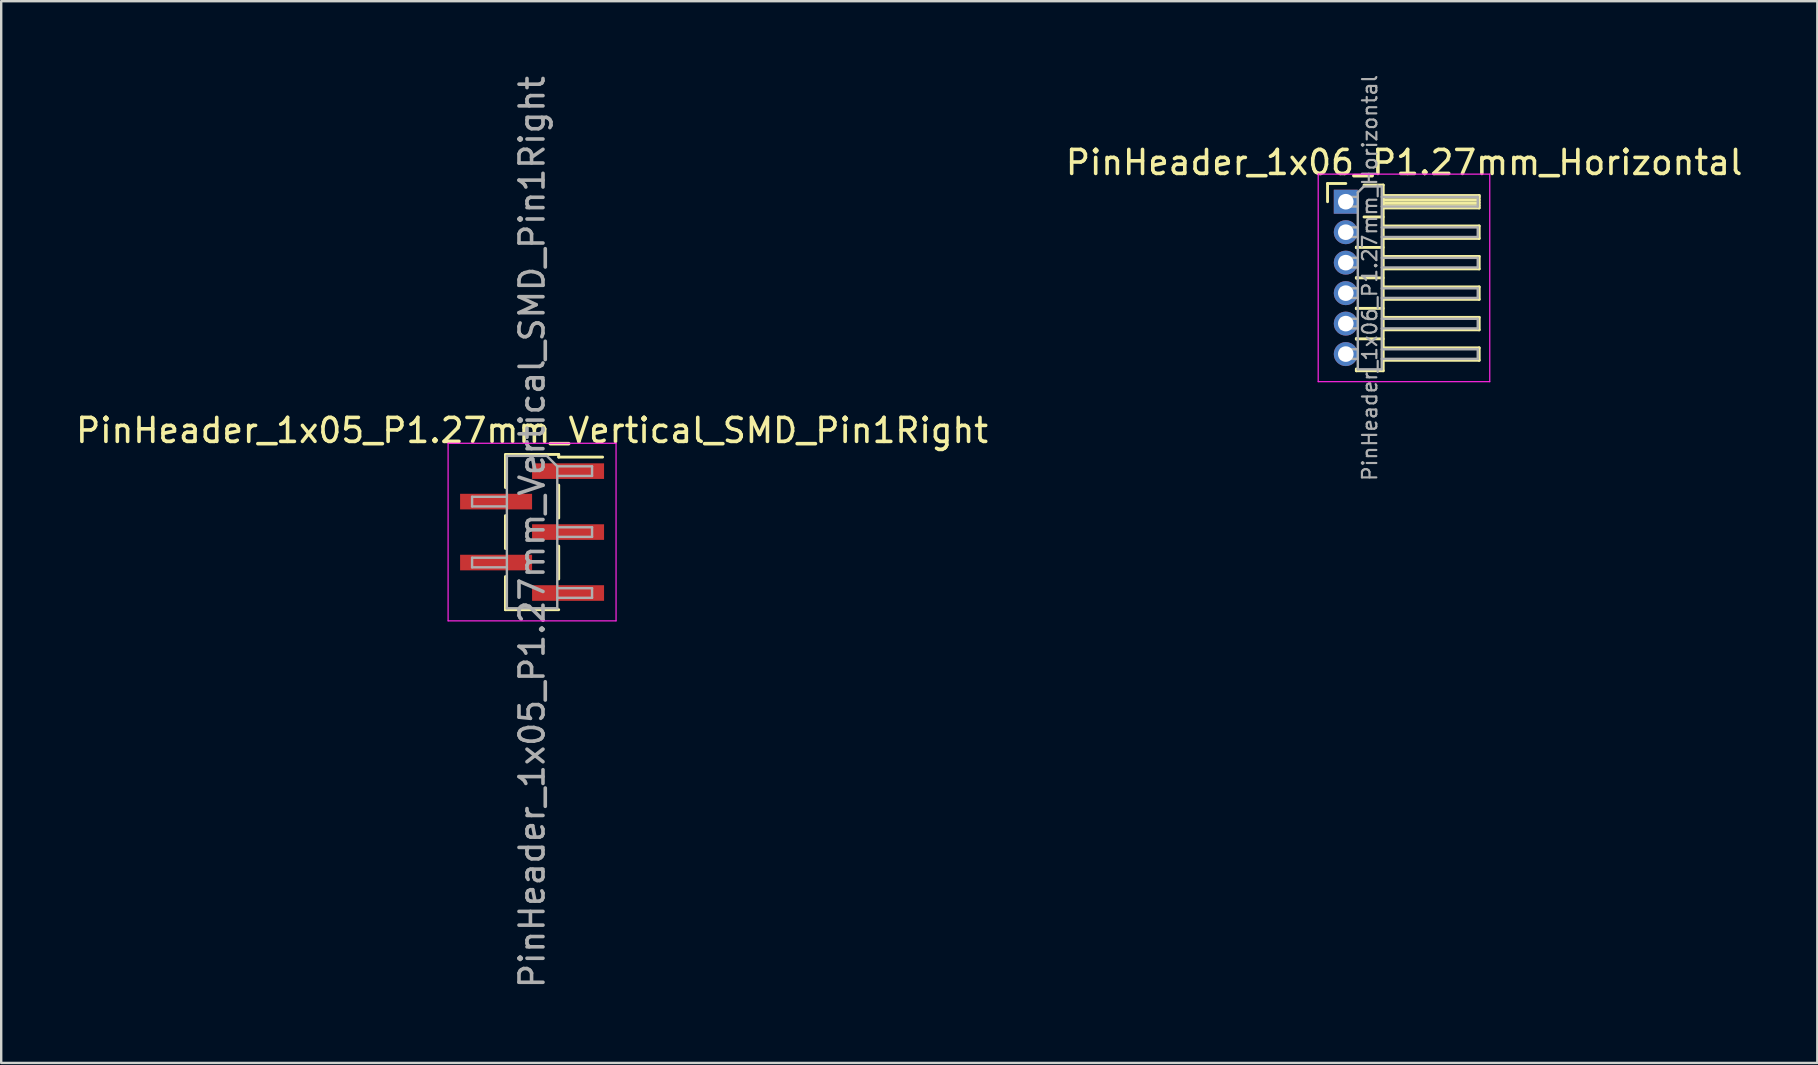
<source format=kicad_pcb>
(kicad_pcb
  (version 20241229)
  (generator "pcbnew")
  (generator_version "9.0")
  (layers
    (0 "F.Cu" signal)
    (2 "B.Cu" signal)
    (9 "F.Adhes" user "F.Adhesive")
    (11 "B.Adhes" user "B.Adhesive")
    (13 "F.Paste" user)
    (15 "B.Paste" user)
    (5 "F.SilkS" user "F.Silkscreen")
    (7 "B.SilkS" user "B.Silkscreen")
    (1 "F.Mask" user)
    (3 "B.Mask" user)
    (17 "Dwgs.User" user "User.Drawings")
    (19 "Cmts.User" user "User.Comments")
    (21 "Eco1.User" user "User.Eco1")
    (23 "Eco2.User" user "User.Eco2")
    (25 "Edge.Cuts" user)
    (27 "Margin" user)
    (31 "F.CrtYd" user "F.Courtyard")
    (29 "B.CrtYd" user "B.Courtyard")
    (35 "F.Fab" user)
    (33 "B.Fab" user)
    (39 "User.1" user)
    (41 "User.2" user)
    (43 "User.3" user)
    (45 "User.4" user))
  (footprint "PinHeader_1x05_P1.27mm_Vertical_SMD_Pin1Right"
    (layer "F.Cu")
    (at 19.125 19.125)
    (property "Reference" "PinHeader_1x05_P1.27mm_Vertical_SMD_Pin1Right" (at 0 -4.235 0) (layer "F.SilkS") (effects (font (size 1 1) (thickness 0.15))))
    (attr smd)
    (fp_line (start -1.11 -3.235) (end 1.11 -3.235) (stroke (width 0.12) (type solid)) (layer "F.SilkS"))
    (fp_line (start -1.11 -3.225) (end -1.11 -1.855) (stroke (width 0.12) (type solid)) (layer "F.SilkS"))
    (fp_line (start -1.11 -0.685) (end -1.11 0.685) (stroke (width 0.12) (type solid)) (layer "F.SilkS"))
    (fp_line (start -1.11 1.855) (end -1.11 3.225) (stroke (width 0.12) (type solid)) (layer "F.SilkS"))
    (fp_line (start -1.11 3.125) (end -1.11 3.235) (stroke (width 0.12) (type solid)) (layer "F.SilkS"))
    (fp_line (start -1.11 3.235) (end 1.11 3.235) (stroke (width 0.12) (type solid)) (layer "F.SilkS"))
    (fp_line (start 1.11 -3.235) (end 1.11 -3.125) (stroke (width 0.12) (type solid)) (layer "F.SilkS"))
    (fp_line (start 1.11 -3.125) (end 2.94 -3.125) (stroke (width 0.12) (type solid)) (layer "F.SilkS"))
    (fp_line (start 1.11 -1.955) (end 1.11 -0.585) (stroke (width 0.12) (type solid)) (layer "F.SilkS"))
    (fp_line (start 1.11 0.585) (end 1.11 1.955) (stroke (width 0.12) (type solid)) (layer "F.SilkS"))
    (fp_line (start -3.5 -3.7) (end -3.5 3.7) (stroke (width 0.05) (type solid)) (layer "F.CrtYd"))
    (fp_line (start -3.5 3.7) (end 3.5 3.7) (stroke (width 0.05) (type solid)) (layer "F.CrtYd"))
    (fp_line (start 3.5 -3.7) (end -3.5 -3.7) (stroke (width 0.05) (type solid)) (layer "F.CrtYd"))
    (fp_line (start 3.5 3.7) (end 3.5 -3.7) (stroke (width 0.05) (type solid)) (layer "F.CrtYd"))
    (fp_line (start -2.5 -1.47) (end -2.5 -1.07) (stroke (width 0.1) (type solid)) (layer "F.Fab"))
    (fp_line (start -2.5 -1.07) (end -1.05 -1.07) (stroke (width 0.1) (type solid)) (layer "F.Fab"))
    (fp_line (start -2.5 1.07) (end -2.5 1.47) (stroke (width 0.1) (type solid)) (layer "F.Fab"))
    (fp_line (start -2.5 1.47) (end -1.05 1.47) (stroke (width 0.1) (type solid)) (layer "F.Fab"))
    (fp_line (start -1.05 -3.175) (end -1.05 3.175) (stroke (width 0.1) (type solid)) (layer "F.Fab"))
    (fp_line (start -1.05 -3.175) (end 0.615 -3.175) (stroke (width 0.1) (type solid)) (layer "F.Fab"))
    (fp_line (start -1.05 -1.47) (end -2.5 -1.47) (stroke (width 0.1) (type solid)) (layer "F.Fab"))
    (fp_line (start -1.05 1.07) (end -2.5 1.07) (stroke (width 0.1) (type solid)) (layer "F.Fab"))
    (fp_line (start 1.05 -2.74) (end 0.615 -3.175) (stroke (width 0.1) (type solid)) (layer "F.Fab"))
    (fp_line (start 1.05 -2.74) (end 2.5 -2.74) (stroke (width 0.1) (type solid)) (layer "F.Fab"))
    (fp_line (start 1.05 -0.2) (end 2.5 -0.2) (stroke (width 0.1) (type solid)) (layer "F.Fab"))
    (fp_line (start 1.05 2.34) (end 2.5 2.34) (stroke (width 0.1) (type solid)) (layer "F.Fab"))
    (fp_line (start 1.05 3.175) (end -1.05 3.175) (stroke (width 0.1) (type solid)) (layer "F.Fab"))
    (fp_line (start 1.05 3.175) (end 1.05 -2.74) (stroke (width 0.1) (type solid)) (layer "F.Fab"))
    (fp_line (start 2.5 -2.74) (end 2.5 -2.34) (stroke (width 0.1) (type solid)) (layer "F.Fab"))
    (fp_line (start 2.5 -2.34) (end 1.05 -2.34) (stroke (width 0.1) (type solid)) (layer "F.Fab"))
    (fp_line (start 2.5 -0.2) (end 2.5 0.2) (stroke (width 0.1) (type solid)) (layer "F.Fab"))
    (fp_line (start 2.5 0.2) (end 1.05 0.2) (stroke (width 0.1) (type solid)) (layer "F.Fab"))
    (fp_line (start 2.5 2.34) (end 2.5 2.74) (stroke (width 0.1) (type solid)) (layer "F.Fab"))
    (fp_line (start 2.5 2.74) (end 1.05 2.74) (stroke (width 0.1) (type solid)) (layer "F.Fab"))
    (fp_text user "${REFERENCE}" (at 0 0 90) (layer "F.Fab") (effects (font (size 1 1) (thickness 0.15))))
    (pad "1" smd rect (at 1.5 -2.54) (size 3 0.65) (layers "F.Cu" "F.Mask" "F.Paste"))
    (pad "2" smd rect (at -1.5 -1.27) (size 3 0.65) (layers "F.Cu" "F.Mask" "F.Paste"))
    (pad "3" smd rect (at 1.5 0) (size 3 0.65) (layers "F.Cu" "F.Mask" "F.Paste"))
    (pad "4" smd rect (at -1.5 1.27) (size 3 0.65) (layers "F.Cu" "F.Mask" "F.Paste"))
    (pad "5" smd rect (at 1.5 2.54) (size 3 0.65) (layers "F.Cu" "F.Mask" "F.Paste")))
  (footprint "PinHeader_1x06_P1.27mm_Horizontal"
    (layer "F.Cu")
    (at 53.038 5.357)
    (property "Reference" "PinHeader_1x06_P1.27mm_Horizontal" (at 2.433 -1.635 0) (layer "F.SilkS") (effects (font (size 1 1) (thickness 0.15))))
    (attr through_hole)
    (fp_line (start -0.76 -0.76) (end 0 -0.76) (stroke (width 0.12) (type solid)) (layer "F.SilkS"))
    (fp_line (start -0.76 0) (end -0.76 -0.76) (stroke (width 0.12) (type solid)) (layer "F.SilkS"))
    (fp_line (start 0.44 1.89) (end 0.44 1.92) (stroke (width 0.12) (type solid)) (layer "F.SilkS"))
    (fp_line (start 0.44 1.905) (end 1.56 1.905) (stroke (width 0.12) (type solid)) (layer "F.SilkS"))
    (fp_line (start 0.44 3.16) (end 0.44 3.19) (stroke (width 0.12) (type solid)) (layer "F.SilkS"))
    (fp_line (start 0.44 3.175) (end 1.56 3.175) (stroke (width 0.12) (type solid)) (layer "F.SilkS"))
    (fp_line (start 0.44 4.43) (end 0.44 4.46) (stroke (width 0.12) (type solid)) (layer "F.SilkS"))
    (fp_line (start 0.44 4.445) (end 1.56 4.445) (stroke (width 0.12) (type solid)) (layer "F.SilkS"))
    (fp_line (start 0.44 5.7) (end 0.44 5.73) (stroke (width 0.12) (type solid)) (layer "F.SilkS"))
    (fp_line (start 0.44 5.715) (end 1.56 5.715) (stroke (width 0.12) (type solid)) (layer "F.SilkS"))
    (fp_line (start 0.44 7.045) (end 0.44 6.97) (stroke (width 0.12) (type solid)) (layer "F.SilkS"))
    (fp_line (start 0.76 -0.695) (end 1.56 -0.695) (stroke (width 0.12) (type solid)) (layer "F.SilkS"))
    (fp_line (start 0.76 0.635) (end 1.56 0.635) (stroke (width 0.12) (type solid)) (layer "F.SilkS"))
    (fp_line (start 1.56 -0.695) (end 1.56 7.045) (stroke (width 0.12) (type solid)) (layer "F.SilkS"))
    (fp_line (start 1.56 -0.26) (end 5.56 -0.26) (stroke (width 0.12) (type solid)) (layer "F.SilkS"))
    (fp_line (start 1.56 -0.2) (end 5.56 -0.2) (stroke (width 0.12) (type solid)) (layer "F.SilkS"))
    (fp_line (start 1.56 -0.08) (end 5.56 -0.08) (stroke (width 0.12) (type solid)) (layer "F.SilkS"))
    (fp_line (start 1.56 0.04) (end 5.56 0.04) (stroke (width 0.12) (type solid)) (layer "F.SilkS"))
    (fp_line (start 1.56 0.16) (end 5.56 0.16) (stroke (width 0.12) (type solid)) (layer "F.SilkS"))
    (fp_line (start 1.56 1.01) (end 5.56 1.01) (stroke (width 0.12) (type solid)) (layer "F.SilkS"))
    (fp_line (start 1.56 2.28) (end 5.56 2.28) (stroke (width 0.12) (type solid)) (layer "F.SilkS"))
    (fp_line (start 1.56 3.55) (end 5.56 3.55) (stroke (width 0.12) (type solid)) (layer "F.SilkS"))
    (fp_line (start 1.56 4.82) (end 5.56 4.82) (stroke (width 0.12) (type solid)) (layer "F.SilkS"))
    (fp_line (start 1.56 6.09) (end 5.56 6.09) (stroke (width 0.12) (type solid)) (layer "F.SilkS"))
    (fp_line (start 1.56 7.045) (end 0.44 7.045) (stroke (width 0.12) (type solid)) (layer "F.SilkS"))
    (fp_line (start 5.56 -0.26) (end 5.56 0.26) (stroke (width 0.12) (type solid)) (layer "F.SilkS"))
    (fp_line (start 5.56 0.26) (end 1.56 0.26) (stroke (width 0.12) (type solid)) (layer "F.SilkS"))
    (fp_line (start 5.56 1.01) (end 5.56 1.53) (stroke (width 0.12) (type solid)) (layer "F.SilkS"))
    (fp_line (start 5.56 1.53) (end 1.56 1.53) (stroke (width 0.12) (type solid)) (layer "F.SilkS"))
    (fp_line (start 5.56 2.28) (end 5.56 2.8) (stroke (width 0.12) (type solid)) (layer "F.SilkS"))
    (fp_line (start 5.56 2.8) (end 1.56 2.8) (stroke (width 0.12) (type solid)) (layer "F.SilkS"))
    (fp_line (start 5.56 3.55) (end 5.56 4.07) (stroke (width 0.12) (type solid)) (layer "F.SilkS"))
    (fp_line (start 5.56 4.07) (end 1.56 4.07) (stroke (width 0.12) (type solid)) (layer "F.SilkS"))
    (fp_line (start 5.56 4.82) (end 5.56 5.34) (stroke (width 0.12) (type solid)) (layer "F.SilkS"))
    (fp_line (start 5.56 5.34) (end 1.56 5.34) (stroke (width 0.12) (type solid)) (layer "F.SilkS"))
    (fp_line (start 5.56 6.09) (end 5.56 6.61) (stroke (width 0.12) (type solid)) (layer "F.SilkS"))
    (fp_line (start 5.56 6.61) (end 1.56 6.61) (stroke (width 0.12) (type solid)) (layer "F.SilkS"))
    (fp_line (start -1.15 -1.15) (end -1.15 7.5) (stroke (width 0.05) (type solid)) (layer "F.CrtYd"))
    (fp_line (start -1.15 7.5) (end 6 7.5) (stroke (width 0.05) (type solid)) (layer "F.CrtYd"))
    (fp_line (start 6 -1.15) (end -1.15 -1.15) (stroke (width 0.05) (type solid)) (layer "F.CrtYd"))
    (fp_line (start 6 7.5) (end 6 -1.15) (stroke (width 0.05) (type solid)) (layer "F.CrtYd"))
    (fp_line (start -0.2 -0.2) (end -0.2 0.2) (stroke (width 0.1) (type solid)) (layer "F.Fab"))
    (fp_line (start -0.2 -0.2) (end 0.5 -0.2) (stroke (width 0.1) (type solid)) (layer "F.Fab"))
    (fp_line (start -0.2 0.2) (end 0.5 0.2) (stroke (width 0.1) (type solid)) (layer "F.Fab"))
    (fp_line (start -0.2 1.07) (end -0.2 1.47) (stroke (width 0.1) (type solid)) (layer "F.Fab"))
    (fp_line (start -0.2 1.07) (end 0.5 1.07) (stroke (width 0.1) (type solid)) (layer "F.Fab"))
    (fp_line (start -0.2 1.47) (end 0.5 1.47) (stroke (width 0.1) (type solid)) (layer "F.Fab"))
    (fp_line (start -0.2 2.34) (end -0.2 2.74) (stroke (width 0.1) (type solid)) (layer "F.Fab"))
    (fp_line (start -0.2 2.34) (end 0.5 2.34) (stroke (width 0.1) (type solid)) (layer "F.Fab"))
    (fp_line (start -0.2 2.74) (end 0.5 2.74) (stroke (width 0.1) (type solid)) (layer "F.Fab"))
    (fp_line (start -0.2 3.61) (end -0.2 4.01) (stroke (width 0.1) (type solid)) (layer "F.Fab"))
    (fp_line (start -0.2 3.61) (end 0.5 3.61) (stroke (width 0.1) (type solid)) (layer "F.Fab"))
    (fp_line (start -0.2 4.01) (end 0.5 4.01) (stroke (width 0.1) (type solid)) (layer "F.Fab"))
    (fp_line (start -0.2 4.88) (end -0.2 5.28) (stroke (width 0.1) (type solid)) (layer "F.Fab"))
    (fp_line (start -0.2 4.88) (end 0.5 4.88) (stroke (width 0.1) (type solid)) (layer "F.Fab"))
    (fp_line (start -0.2 5.28) (end 0.5 5.28) (stroke (width 0.1) (type solid)) (layer "F.Fab"))
    (fp_line (start -0.2 6.15) (end -0.2 6.55) (stroke (width 0.1) (type solid)) (layer "F.Fab"))
    (fp_line (start -0.2 6.15) (end 0.5 6.15) (stroke (width 0.1) (type solid)) (layer "F.Fab"))
    (fp_line (start -0.2 6.55) (end 0.5 6.55) (stroke (width 0.1) (type solid)) (layer "F.Fab"))
    (fp_line (start 0.5 -0.385) (end 0.75 -0.635) (stroke (width 0.1) (type solid)) (layer "F.Fab"))
    (fp_line (start 0.5 6.985) (end 0.5 -0.385) (stroke (width 0.1) (type solid)) (layer "F.Fab"))
    (fp_line (start 0.75 -0.635) (end 1.5 -0.635) (stroke (width 0.1) (type solid)) (layer "F.Fab"))
    (fp_line (start 1.5 -0.635) (end 1.5 6.985) (stroke (width 0.1) (type solid)) (layer "F.Fab"))
    (fp_line (start 1.5 -0.2) (end 5.5 -0.2) (stroke (width 0.1) (type solid)) (layer "F.Fab"))
    (fp_line (start 1.5 0.2) (end 5.5 0.2) (stroke (width 0.1) (type solid)) (layer "F.Fab"))
    (fp_line (start 1.5 1.07) (end 5.5 1.07) (stroke (width 0.1) (type solid)) (layer "F.Fab"))
    (fp_line (start 1.5 1.47) (end 5.5 1.47) (stroke (width 0.1) (type solid)) (layer "F.Fab"))
    (fp_line (start 1.5 2.34) (end 5.5 2.34) (stroke (width 0.1) (type solid)) (layer "F.Fab"))
    (fp_line (start 1.5 2.74) (end 5.5 2.74) (stroke (width 0.1) (type solid)) (layer "F.Fab"))
    (fp_line (start 1.5 3.61) (end 5.5 3.61) (stroke (width 0.1) (type solid)) (layer "F.Fab"))
    (fp_line (start 1.5 4.01) (end 5.5 4.01) (stroke (width 0.1) (type solid)) (layer "F.Fab"))
    (fp_line (start 1.5 4.88) (end 5.5 4.88) (stroke (width 0.1) (type solid)) (layer "F.Fab"))
    (fp_line (start 1.5 5.28) (end 5.5 5.28) (stroke (width 0.1) (type solid)) (layer "F.Fab"))
    (fp_line (start 1.5 6.15) (end 5.5 6.15) (stroke (width 0.1) (type solid)) (layer "F.Fab"))
    (fp_line (start 1.5 6.55) (end 5.5 6.55) (stroke (width 0.1) (type solid)) (layer "F.Fab"))
    (fp_line (start 1.5 6.985) (end 0.5 6.985) (stroke (width 0.1) (type solid)) (layer "F.Fab"))
    (fp_line (start 5.5 -0.2) (end 5.5 0.2) (stroke (width 0.1) (type solid)) (layer "F.Fab"))
    (fp_line (start 5.5 1.07) (end 5.5 1.47) (stroke (width 0.1) (type solid)) (layer "F.Fab"))
    (fp_line (start 5.5 2.34) (end 5.5 2.74) (stroke (width 0.1) (type solid)) (layer "F.Fab"))
    (fp_line (start 5.5 3.61) (end 5.5 4.01) (stroke (width 0.1) (type solid)) (layer "F.Fab"))
    (fp_line (start 5.5 4.88) (end 5.5 5.28) (stroke (width 0.1) (type solid)) (layer "F.Fab"))
    (fp_line (start 5.5 6.15) (end 5.5 6.55) (stroke (width 0.1) (type solid)) (layer "F.Fab"))
    (fp_text user "${REFERENCE}" (at 1 3.175 90) (layer "F.Fab") (effects (font (size 0.6 0.6) (thickness 0.09))))
    (pad "1" thru_hole rect (at 0 0) (size 1 1) (drill 0.65) (layers "*.Cu" "*.Mask"))
    (pad "2" thru_hole oval (at 0 1.27) (size 1 1) (drill 0.65) (layers "*.Cu" "*.Mask"))
    (pad "3" thru_hole oval (at 0 2.54) (size 1 1) (drill 0.65) (layers "*.Cu" "*.Mask"))
    (pad "4" thru_hole oval (at 0 3.81) (size 1 1) (drill 0.65) (layers "*.Cu" "*.Mask"))
    (pad "5" thru_hole oval (at 0 5.08) (size 1 1) (drill 0.65) (layers "*.Cu" "*.Mask"))
    (pad "6" thru_hole oval (at 0 6.35) (size 1 1) (drill 0.65) (layers "*.Cu" "*.Mask")))
  (gr_rect
    (start -3 -3)
    (end 72.69 41.25)
    (stroke (width 0.1) (type default))
    (fill no)
    (layer "Edge.Cuts")))
</source>
